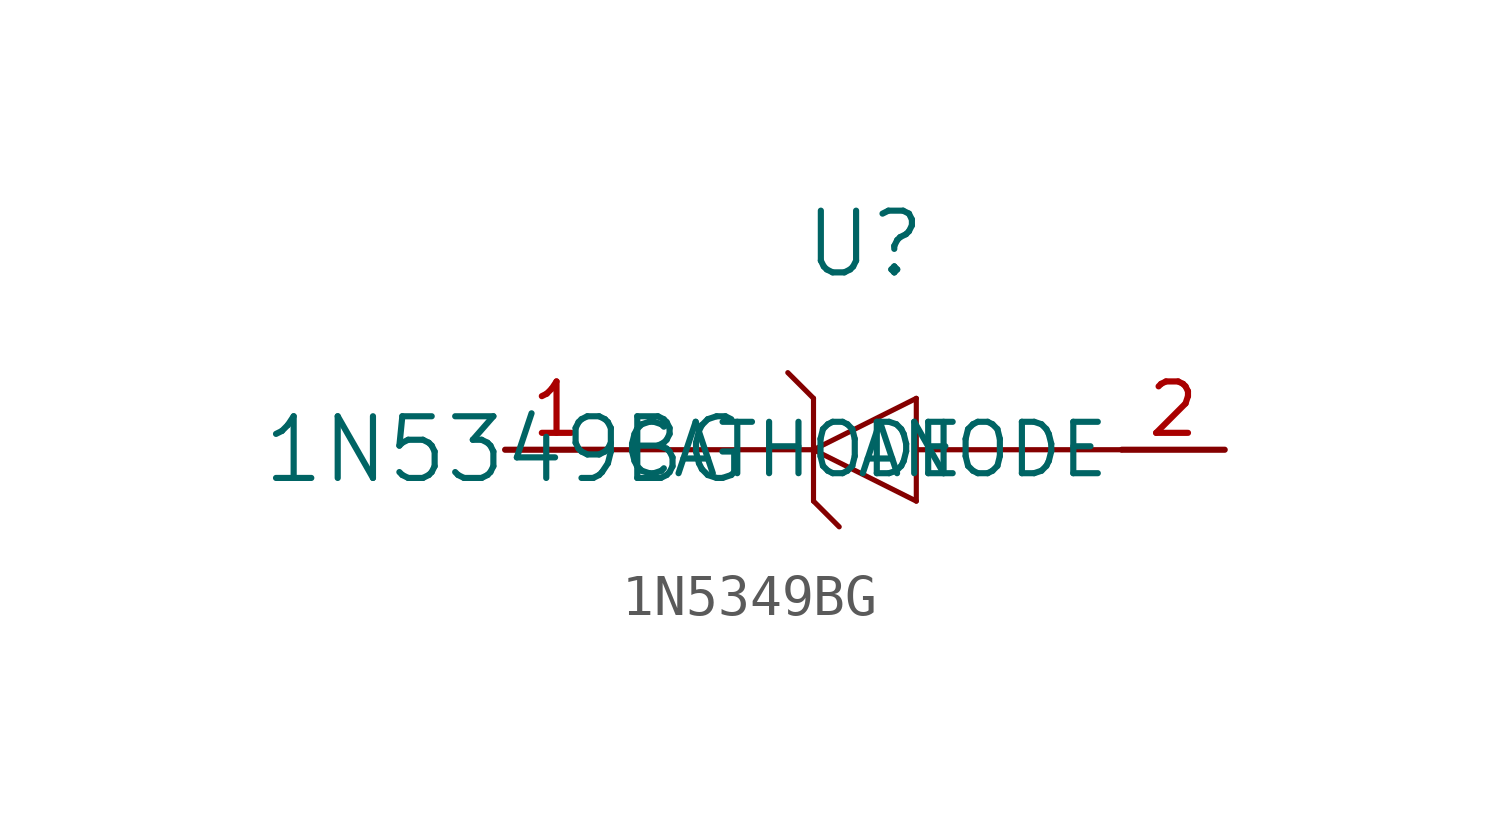
<source format=kicad_sym>
(kicad_symbol_lib
  (version 20211014)
  (generator kicad_symbol_editor)
  (symbol "1N5349BG"
    (pin_names
      (offset 0.254))
    (property "Reference" "U"
      (at 8.89 5.08 0)
      (effects (font (size 1.524 1.524))))
    (property "Value" "1N5349BG"
      (at 0 0 0)
      (effects (font (size 1.524 1.524))))
    (symbol "1N5349BG_0_1"
      (polyline (pts (xy 2.54 0) (xy 7.62 0)) (stroke (width 0.127) (type default) (color 0 0 0 0)) (fill (type none)))
      (polyline (pts (xy 15.24 0) (xy 10.16 0)) (stroke (width 0.127) (type default) (color 0 0 0 0)) (fill (type none)))
      (polyline (pts (xy 7.62 -1.27) (xy 7.62 1.27)) (stroke (width 0.127) (type default) (color 0 0 0 0)) (fill (type none)))
      (polyline (pts (xy 10.16 -1.27) (xy 10.16 1.27)) (stroke (width 0.127) (type default) (color 0 0 0 0)) (fill (type none)))
      (polyline (pts (xy 10.16 -1.27) (xy 7.62 0)) (stroke (width 0.127) (type default) (color 0 0 0 0)) (fill (type none)))
      (polyline (pts (xy 10.16 1.27) (xy 7.62 0)) (stroke (width 0.127) (type default) (color 0 0 0 0)) (fill (type none)))
      (polyline (pts (xy 7.62 1.27) (xy 6.985 1.905)) (stroke (width 0.127) (type default) (color 0 0 0 0)) (fill (type none)))
      (polyline (pts (xy 7.62 -1.27) (xy 8.255 -1.905)) (stroke (width 0.127) (type default) (color 0 0 0 0)) (fill (type none)))
      (pin unspecified line (at 0 0 0) (length 2.54) (name "CATHODE" (effects (font (size 1.27 1.27)))) (number "1" (effects (font (size 1.27 1.27)))))
      (pin unspecified line (at 17.78 0 180) (length 2.54) (name "ANODE" (effects (font (size 1.27 1.27)))) (number "2" (effects (font (size 1.27 1.27))))))))
</source>
